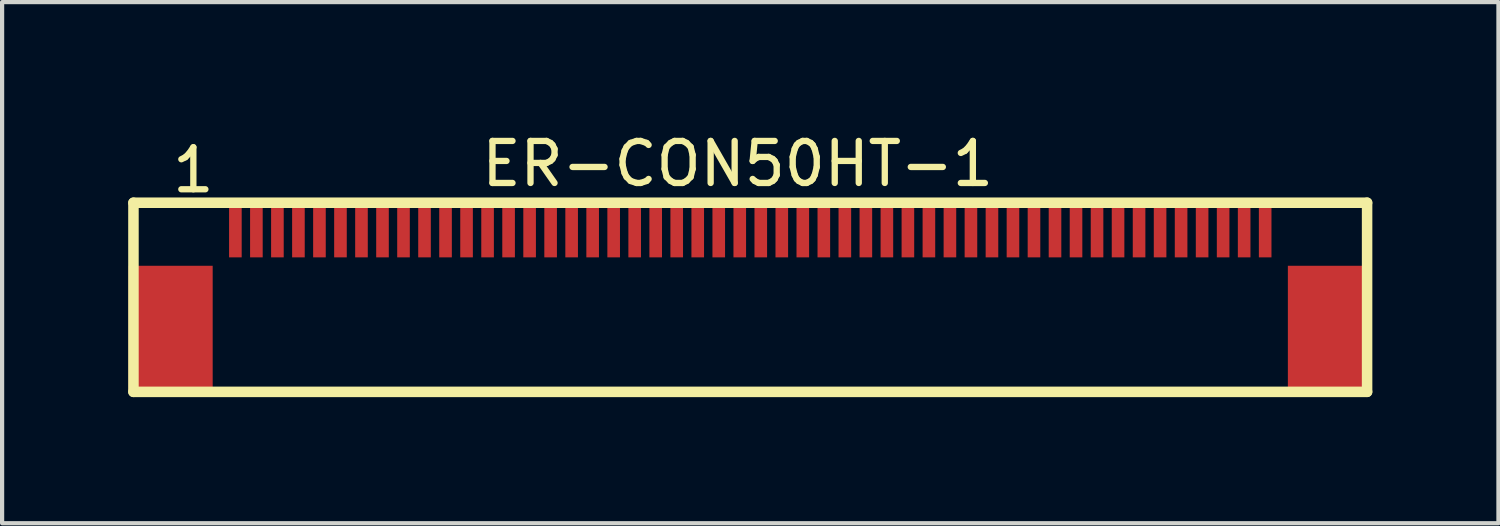
<source format=kicad_pcb>
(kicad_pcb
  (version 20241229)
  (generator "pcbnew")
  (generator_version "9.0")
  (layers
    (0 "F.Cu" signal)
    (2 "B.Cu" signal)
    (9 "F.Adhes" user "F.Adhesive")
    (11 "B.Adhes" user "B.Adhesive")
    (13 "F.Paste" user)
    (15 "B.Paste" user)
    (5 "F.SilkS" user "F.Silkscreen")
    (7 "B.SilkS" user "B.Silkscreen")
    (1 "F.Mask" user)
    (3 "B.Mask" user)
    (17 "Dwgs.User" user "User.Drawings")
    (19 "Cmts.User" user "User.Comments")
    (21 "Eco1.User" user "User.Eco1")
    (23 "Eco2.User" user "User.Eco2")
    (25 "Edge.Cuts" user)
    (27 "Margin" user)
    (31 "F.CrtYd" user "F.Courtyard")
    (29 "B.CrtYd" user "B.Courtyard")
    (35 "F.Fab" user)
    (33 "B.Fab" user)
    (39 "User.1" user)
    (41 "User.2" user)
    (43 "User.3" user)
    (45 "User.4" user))
  (footprint "ER-CON50HT-1"
    (layer "F.Cu")
    (at 2.55 2.448)
    (property "Reference" "ER-CON50HT-1" (at 11.95 -1.6 0) (layer "F.SilkS") (effects (font (size 1 1) (thickness 0.15))))
    (attr through_hole)
    (fp_line (start -2.425 -0.675) (end 26.925 -0.675) (stroke (width 0.25) (type solid)) (layer "F.SilkS"))
    (fp_line (start -2.425 3.825) (end -2.425 -0.675) (stroke (width 0.25) (type solid)) (layer "F.SilkS"))
    (fp_line (start 26.925 -0.675) (end 26.925 3.825) (stroke (width 0.25) (type solid)) (layer "F.SilkS"))
    (fp_line (start 26.925 3.825) (end -2.425 3.825) (stroke (width 0.25) (type solid)) (layer "F.SilkS"))
    (fp_text user "1" (at -1 -1.45 0) (layer "F.SilkS") (effects (font (size 1 1) (thickness 0.15))))
    (pad "" smd rect (at -1.54 2.325) (size 2 3) (layers "F.Cu" "F.Mask" "F.Paste"))
    (pad "" smd rect (at 26.04 2.325) (size 2 3) (layers "F.Cu" "F.Mask" "F.Paste"))
    (pad "1" smd rect (at 0 0) (size 0.3 1.25) (layers "F.Cu" "F.Mask" "F.Paste"))
    (pad "2" smd rect (at 0.5 0) (size 0.3 1.25) (layers "F.Cu" "F.Mask" "F.Paste"))
    (pad "3" smd rect (at 1 0) (size 0.3 1.25) (layers "F.Cu" "F.Mask" "F.Paste"))
    (pad "4" smd rect (at 1.5 0) (size 0.3 1.25) (layers "F.Cu" "F.Mask" "F.Paste"))
    (pad "5" smd rect (at 2 0) (size 0.3 1.25) (layers "F.Cu" "F.Mask" "F.Paste"))
    (pad "6" smd rect (at 2.5 0) (size 0.3 1.25) (layers "F.Cu" "F.Mask" "F.Paste"))
    (pad "7" smd rect (at 3 0) (size 0.3 1.25) (layers "F.Cu" "F.Mask" "F.Paste"))
    (pad "8" smd rect (at 3.5 0) (size 0.3 1.25) (layers "F.Cu" "F.Mask" "F.Paste"))
    (pad "9" smd rect (at 4 0) (size 0.3 1.25) (layers "F.Cu" "F.Mask" "F.Paste"))
    (pad "10" smd rect (at 4.5 0) (size 0.3 1.25) (layers "F.Cu" "F.Mask" "F.Paste"))
    (pad "11" smd rect (at 5 0) (size 0.3 1.25) (layers "F.Cu" "F.Mask" "F.Paste"))
    (pad "12" smd rect (at 5.5 0) (size 0.3 1.25) (layers "F.Cu" "F.Mask" "F.Paste"))
    (pad "13" smd rect (at 6 0) (size 0.3 1.25) (layers "F.Cu" "F.Mask" "F.Paste"))
    (pad "14" smd rect (at 6.5 0) (size 0.3 1.25) (layers "F.Cu" "F.Mask" "F.Paste"))
    (pad "15" smd rect (at 7 0) (size 0.3 1.25) (layers "F.Cu" "F.Mask" "F.Paste"))
    (pad "16" smd rect (at 7.5 0) (size 0.3 1.25) (layers "F.Cu" "F.Mask" "F.Paste"))
    (pad "17" smd rect (at 8 0) (size 0.3 1.25) (layers "F.Cu" "F.Mask" "F.Paste"))
    (pad "18" smd rect (at 8.5 0) (size 0.3 1.25) (layers "F.Cu" "F.Mask" "F.Paste"))
    (pad "19" smd rect (at 9 0) (size 0.3 1.25) (layers "F.Cu" "F.Mask" "F.Paste"))
    (pad "20" smd rect (at 9.5 0) (size 0.3 1.25) (layers "F.Cu" "F.Mask" "F.Paste"))
    (pad "21" smd rect (at 10 0) (size 0.3 1.25) (layers "F.Cu" "F.Mask" "F.Paste"))
    (pad "22" smd rect (at 10.5 0) (size 0.3 1.25) (layers "F.Cu" "F.Mask" "F.Paste"))
    (pad "23" smd rect (at 11 0) (size 0.3 1.25) (layers "F.Cu" "F.Mask" "F.Paste"))
    (pad "24" smd rect (at 11.5 0) (size 0.3 1.25) (layers "F.Cu" "F.Mask" "F.Paste"))
    (pad "25" smd rect (at 12 0) (size 0.3 1.25) (layers "F.Cu" "F.Mask" "F.Paste"))
    (pad "26" smd rect (at 12.5 0) (size 0.3 1.25) (layers "F.Cu" "F.Mask" "F.Paste"))
    (pad "27" smd rect (at 13 0) (size 0.3 1.25) (layers "F.Cu" "F.Mask" "F.Paste"))
    (pad "28" smd rect (at 13.5 0) (size 0.3 1.25) (layers "F.Cu" "F.Mask" "F.Paste"))
    (pad "29" smd rect (at 14 0) (size 0.3 1.25) (layers "F.Cu" "F.Mask" "F.Paste"))
    (pad "30" smd rect (at 14.5 0) (size 0.3 1.25) (layers "F.Cu" "F.Mask" "F.Paste"))
    (pad "31" smd rect (at 15 0) (size 0.3 1.25) (layers "F.Cu" "F.Mask" "F.Paste"))
    (pad "32" smd rect (at 15.5 0) (size 0.3 1.25) (layers "F.Cu" "F.Mask" "F.Paste"))
    (pad "33" smd rect (at 16 0) (size 0.3 1.25) (layers "F.Cu" "F.Mask" "F.Paste"))
    (pad "34" smd rect (at 16.5 0) (size 0.3 1.25) (layers "F.Cu" "F.Mask" "F.Paste"))
    (pad "35" smd rect (at 17 0) (size 0.3 1.25) (layers "F.Cu" "F.Mask" "F.Paste"))
    (pad "36" smd rect (at 17.5 0) (size 0.3 1.25) (layers "F.Cu" "F.Mask" "F.Paste"))
    (pad "37" smd rect (at 18 0) (size 0.3 1.25) (layers "F.Cu" "F.Mask" "F.Paste"))
    (pad "38" smd rect (at 18.5 0) (size 0.3 1.25) (layers "F.Cu" "F.Mask" "F.Paste"))
    (pad "39" smd rect (at 19 0) (size 0.3 1.25) (layers "F.Cu" "F.Mask" "F.Paste"))
    (pad "40" smd rect (at 19.5 0) (size 0.3 1.25) (layers "F.Cu" "F.Mask" "F.Paste"))
    (pad "41" smd rect (at 20 0) (size 0.3 1.25) (layers "F.Cu" "F.Mask" "F.Paste"))
    (pad "42" smd rect (at 20.5 0) (size 0.3 1.25) (layers "F.Cu" "F.Mask" "F.Paste"))
    (pad "43" smd rect (at 21 0) (size 0.3 1.25) (layers "F.Cu" "F.Mask" "F.Paste"))
    (pad "44" smd rect (at 21.5 0) (size 0.3 1.25) (layers "F.Cu" "F.Mask" "F.Paste"))
    (pad "45" smd rect (at 22 0) (size 0.3 1.25) (layers "F.Cu" "F.Mask" "F.Paste"))
    (pad "46" smd rect (at 22.5 0) (size 0.3 1.25) (layers "F.Cu" "F.Mask" "F.Paste"))
    (pad "47" smd rect (at 23 0) (size 0.3 1.25) (layers "F.Cu" "F.Mask" "F.Paste"))
    (pad "48" smd rect (at 23.5 0) (size 0.3 1.25) (layers "F.Cu" "F.Mask" "F.Paste"))
    (pad "49" smd rect (at 24 0) (size 0.3 1.25) (layers "F.Cu" "F.Mask" "F.Paste"))
    (pad "50" smd rect (at 24.5 0) (size 0.3 1.25) (layers "F.Cu" "F.Mask" "F.Paste")))
  (gr_rect
    (start -3 -3)
    (end 32.6 9.398)
    (stroke (width 0.1) (type default))
    (fill no)
    (layer "Edge.Cuts")))
</source>
